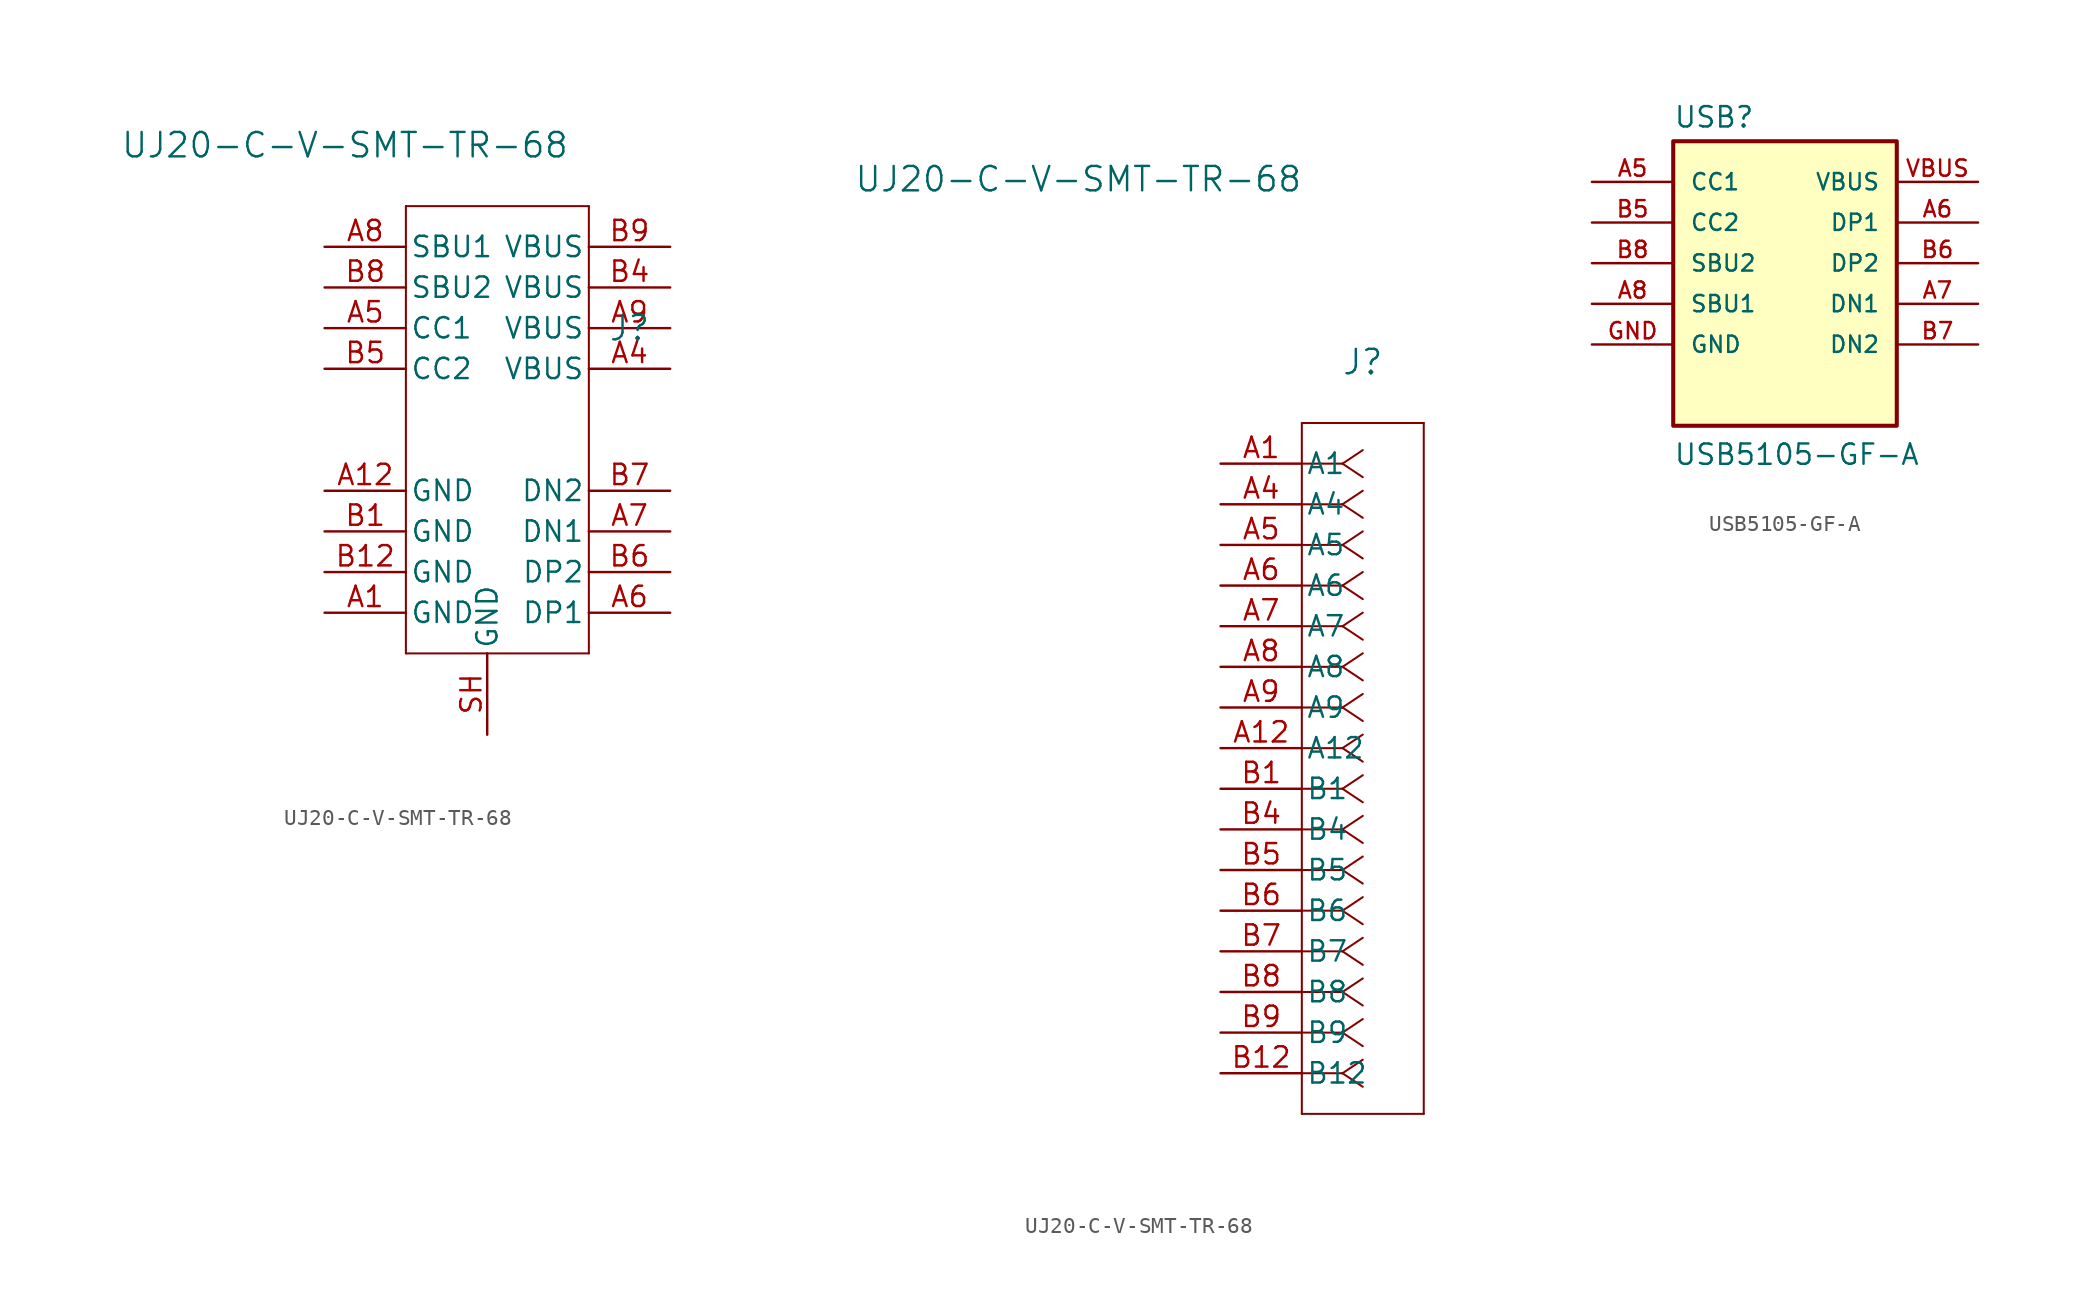
<source format=kicad_sym>
(kicad_symbol_lib
  (version 20231120)
  (generator "kicad_symbol_editor")
  (generator_version "8.0")
  (symbol "UJ20-C-V-SMT-TR-68"
    (pin_names
      (offset 0.254))
    (property "Reference" "J"
      (at 8.89 6.35 0)
      (effects (font (size 1.524 1.524))))
    (property "Value" "UJ20-C-V-SMT-TR-68"
      (at -8.89 17.78 0)
      (effects (font (size 1.524 1.524))))
    (symbol "UJ20-C-V-SMT-TR-68_1_1"
      (polyline (pts (xy -5.08 -13.97) (xy 6.35 -13.97)) (stroke (width 0.127) (type default)) (fill (type none)))
      (polyline (pts (xy -5.08 13.97) (xy -5.08 -13.97)) (stroke (width 0.127) (type default)) (fill (type none)))
      (polyline (pts (xy 6.35 -13.97) (xy 6.35 13.97)) (stroke (width 0.127) (type default)) (fill (type none)))
      (polyline (pts (xy 6.35 13.97) (xy -5.08 13.97)) (stroke (width 0.127) (type default)) (fill (type none)))
      (pin unspecified line (at -10.16 -11.43 0) (length 5.08) (name "GND" (effects (font (size 1.27 1.27)))) (number "A1" (effects (font (size 1.27 1.27)))))
      (pin unspecified line (at -10.16 -3.81 0) (length 5.08) (name "GND" (effects (font (size 1.27 1.27)))) (number "A12" (effects (font (size 1.27 1.27)))))
      (pin unspecified line (at 11.43 3.81 180) (length 5.08) (name "VBUS" (effects (font (size 1.27 1.27)))) (number "A4" (effects (font (size 1.27 1.27)))))
      (pin unspecified line (at -10.16 6.35 0) (length 5.08) (name "CC1" (effects (font (size 1.27 1.27)))) (number "A5" (effects (font (size 1.27 1.27)))))
      (pin unspecified line (at 11.43 -11.43 180) (length 5.08) (name "DP1" (effects (font (size 1.27 1.27)))) (number "A6" (effects (font (size 1.27 1.27)))))
      (pin unspecified line (at 11.43 -6.35 180) (length 5.08) (name "DN1" (effects (font (size 1.27 1.27)))) (number "A7" (effects (font (size 1.27 1.27)))))
      (pin unspecified line (at -10.16 11.43 0) (length 5.08) (name "SBU1" (effects (font (size 1.27 1.27)))) (number "A8" (effects (font (size 1.27 1.27)))))
      (pin unspecified line (at 11.43 6.35 180) (length 5.08) (name "VBUS" (effects (font (size 1.27 1.27)))) (number "A9" (effects (font (size 1.27 1.27)))))
      (pin unspecified line (at -10.16 -6.35 0) (length 5.08) (name "GND" (effects (font (size 1.27 1.27)))) (number "B1" (effects (font (size 1.27 1.27)))))
      (pin unspecified line (at -10.16 -8.89 0) (length 5.08) (name "GND" (effects (font (size 1.27 1.27)))) (number "B12" (effects (font (size 1.27 1.27)))))
      (pin unspecified line (at 11.43 8.89 180) (length 5.08) (name "VBUS" (effects (font (size 1.27 1.27)))) (number "B4" (effects (font (size 1.27 1.27)))))
      (pin unspecified line (at -10.16 3.81 0) (length 5.08) (name "CC2" (effects (font (size 1.27 1.27)))) (number "B5" (effects (font (size 1.27 1.27)))))
      (pin unspecified line (at 11.43 -8.89 180) (length 5.08) (name "DP2" (effects (font (size 1.27 1.27)))) (number "B6" (effects (font (size 1.27 1.27)))))
      (pin unspecified line (at 11.43 -3.81 180) (length 5.08) (name "DN2" (effects (font (size 1.27 1.27)))) (number "B7" (effects (font (size 1.27 1.27)))))
      (pin unspecified line (at -10.16 8.89 0) (length 5.08) (name "SBU2" (effects (font (size 1.27 1.27)))) (number "B8" (effects (font (size 1.27 1.27)))))
      (pin unspecified line (at 11.43 11.43 180) (length 5.08) (name "VBUS" (effects (font (size 1.27 1.27)))) (number "B9" (effects (font (size 1.27 1.27)))))
      (pin unspecified line (at 0 -19.05 90) (length 5.08) (name "GND" (effects (font (size 1.27 1.27)))) (number "SH" (effects (font (size 1.27 1.27))))))
    (symbol "UJ20-C-V-SMT-TR-68_1_2"
      (polyline (pts (xy 5.08 -40.64) (xy 12.7 -40.64)) (stroke (width 0.127) (type default)) (fill (type none)))
      (polyline (pts (xy 5.08 2.54) (xy 5.08 -40.64)) (stroke (width 0.127) (type default)) (fill (type none)))
      (polyline (pts (xy 7.62 -38.1) (xy 5.08 -38.1)) (stroke (width 0.127) (type default)) (fill (type none)))
      (polyline (pts (xy 7.62 -38.1) (xy 8.89 -38.947)) (stroke (width 0.127) (type default)) (fill (type none)))
      (polyline (pts (xy 7.62 -38.1) (xy 8.89 -37.253)) (stroke (width 0.127) (type default)) (fill (type none)))
      (polyline (pts (xy 7.62 -35.56) (xy 5.08 -35.56)) (stroke (width 0.127) (type default)) (fill (type none)))
      (polyline (pts (xy 7.62 -35.56) (xy 8.89 -36.407)) (stroke (width 0.127) (type default)) (fill (type none)))
      (polyline (pts (xy 7.62 -35.56) (xy 8.89 -34.713)) (stroke (width 0.127) (type default)) (fill (type none)))
      (polyline (pts (xy 7.62 -33.02) (xy 5.08 -33.02)) (stroke (width 0.127) (type default)) (fill (type none)))
      (polyline (pts (xy 7.62 -33.02) (xy 8.89 -33.867)) (stroke (width 0.127) (type default)) (fill (type none)))
      (polyline (pts (xy 7.62 -33.02) (xy 8.89 -32.173)) (stroke (width 0.127) (type default)) (fill (type none)))
      (polyline (pts (xy 7.62 -30.48) (xy 5.08 -30.48)) (stroke (width 0.127) (type default)) (fill (type none)))
      (polyline (pts (xy 7.62 -30.48) (xy 8.89 -31.327)) (stroke (width 0.127) (type default)) (fill (type none)))
      (polyline (pts (xy 7.62 -30.48) (xy 8.89 -29.633)) (stroke (width 0.127) (type default)) (fill (type none)))
      (polyline (pts (xy 7.62 -27.94) (xy 5.08 -27.94)) (stroke (width 0.127) (type default)) (fill (type none)))
      (polyline (pts (xy 7.62 -27.94) (xy 8.89 -28.787)) (stroke (width 0.127) (type default)) (fill (type none)))
      (polyline (pts (xy 7.62 -27.94) (xy 8.89 -27.093)) (stroke (width 0.127) (type default)) (fill (type none)))
      (polyline (pts (xy 7.62 -25.4) (xy 5.08 -25.4)) (stroke (width 0.127) (type default)) (fill (type none)))
      (polyline (pts (xy 7.62 -25.4) (xy 8.89 -26.247)) (stroke (width 0.127) (type default)) (fill (type none)))
      (polyline (pts (xy 7.62 -25.4) (xy 8.89 -24.553)) (stroke (width 0.127) (type default)) (fill (type none)))
      (polyline (pts (xy 7.62 -22.86) (xy 5.08 -22.86)) (stroke (width 0.127) (type default)) (fill (type none)))
      (polyline (pts (xy 7.62 -22.86) (xy 8.89 -23.707)) (stroke (width 0.127) (type default)) (fill (type none)))
      (polyline (pts (xy 7.62 -22.86) (xy 8.89 -22.013)) (stroke (width 0.127) (type default)) (fill (type none)))
      (polyline (pts (xy 7.62 -20.32) (xy 5.08 -20.32)) (stroke (width 0.127) (type default)) (fill (type none)))
      (polyline (pts (xy 7.62 -20.32) (xy 8.89 -21.167)) (stroke (width 0.127) (type default)) (fill (type none)))
      (polyline (pts (xy 7.62 -20.32) (xy 8.89 -19.473)) (stroke (width 0.127) (type default)) (fill (type none)))
      (polyline (pts (xy 7.62 -17.78) (xy 5.08 -17.78)) (stroke (width 0.127) (type default)) (fill (type none)))
      (polyline (pts (xy 7.62 -17.78) (xy 8.89 -18.627)) (stroke (width 0.127) (type default)) (fill (type none)))
      (polyline (pts (xy 7.62 -17.78) (xy 8.89 -16.933)) (stroke (width 0.127) (type default)) (fill (type none)))
      (polyline (pts (xy 7.62 -15.24) (xy 5.08 -15.24)) (stroke (width 0.127) (type default)) (fill (type none)))
      (polyline (pts (xy 7.62 -15.24) (xy 8.89 -16.087)) (stroke (width 0.127) (type default)) (fill (type none)))
      (polyline (pts (xy 7.62 -15.24) (xy 8.89 -14.393)) (stroke (width 0.127) (type default)) (fill (type none)))
      (polyline (pts (xy 7.62 -12.7) (xy 5.08 -12.7)) (stroke (width 0.127) (type default)) (fill (type none)))
      (polyline (pts (xy 7.62 -12.7) (xy 8.89 -13.547)) (stroke (width 0.127) (type default)) (fill (type none)))
      (polyline (pts (xy 7.62 -12.7) (xy 8.89 -11.853)) (stroke (width 0.127) (type default)) (fill (type none)))
      (polyline (pts (xy 7.62 -10.16) (xy 5.08 -10.16)) (stroke (width 0.127) (type default)) (fill (type none)))
      (polyline (pts (xy 7.62 -10.16) (xy 8.89 -11.007)) (stroke (width 0.127) (type default)) (fill (type none)))
      (polyline (pts (xy 7.62 -10.16) (xy 8.89 -9.313)) (stroke (width 0.127) (type default)) (fill (type none)))
      (polyline (pts (xy 7.62 -7.62) (xy 5.08 -7.62)) (stroke (width 0.127) (type default)) (fill (type none)))
      (polyline (pts (xy 7.62 -7.62) (xy 8.89 -8.467)) (stroke (width 0.127) (type default)) (fill (type none)))
      (polyline (pts (xy 7.62 -7.62) (xy 8.89 -6.773)) (stroke (width 0.127) (type default)) (fill (type none)))
      (polyline (pts (xy 7.62 -5.08) (xy 5.08 -5.08)) (stroke (width 0.127) (type default)) (fill (type none)))
      (polyline (pts (xy 7.62 -5.08) (xy 8.89 -5.927)) (stroke (width 0.127) (type default)) (fill (type none)))
      (polyline (pts (xy 7.62 -5.08) (xy 8.89 -4.233)) (stroke (width 0.127) (type default)) (fill (type none)))
      (polyline (pts (xy 7.62 -2.54) (xy 5.08 -2.54)) (stroke (width 0.127) (type default)) (fill (type none)))
      (polyline (pts (xy 7.62 -2.54) (xy 8.89 -3.387)) (stroke (width 0.127) (type default)) (fill (type none)))
      (polyline (pts (xy 7.62 -2.54) (xy 8.89 -1.693)) (stroke (width 0.127) (type default)) (fill (type none)))
      (polyline (pts (xy 7.62 0) (xy 5.08 0)) (stroke (width 0.127) (type default)) (fill (type none)))
      (polyline (pts (xy 7.62 0) (xy 8.89 -0.847)) (stroke (width 0.127) (type default)) (fill (type none)))
      (polyline (pts (xy 7.62 0) (xy 8.89 0.847)) (stroke (width 0.127) (type default)) (fill (type none)))
      (polyline (pts (xy 12.7 -40.64) (xy 12.7 2.54)) (stroke (width 0.127) (type default)) (fill (type none)))
      (polyline (pts (xy 12.7 2.54) (xy 5.08 2.54)) (stroke (width 0.127) (type default)) (fill (type none)))
      (pin unspecified line (at 0 0 0) (length 5.08) (name "A1" (effects (font (size 1.27 1.27)))) (number "A1" (effects (font (size 1.27 1.27)))))
      (pin unspecified line (at 0 -17.78 0) (length 5.08) (name "A12" (effects (font (size 1.27 1.27)))) (number "A12" (effects (font (size 1.27 1.27)))))
      (pin unspecified line (at 0 -2.54 0) (length 5.08) (name "A4" (effects (font (size 1.27 1.27)))) (number "A4" (effects (font (size 1.27 1.27)))))
      (pin unspecified line (at 0 -5.08 0) (length 5.08) (name "A5" (effects (font (size 1.27 1.27)))) (number "A5" (effects (font (size 1.27 1.27)))))
      (pin unspecified line (at 0 -7.62 0) (length 5.08) (name "A6" (effects (font (size 1.27 1.27)))) (number "A6" (effects (font (size 1.27 1.27)))))
      (pin unspecified line (at 0 -10.16 0) (length 5.08) (name "A7" (effects (font (size 1.27 1.27)))) (number "A7" (effects (font (size 1.27 1.27)))))
      (pin unspecified line (at 0 -12.7 0) (length 5.08) (name "A8" (effects (font (size 1.27 1.27)))) (number "A8" (effects (font (size 1.27 1.27)))))
      (pin unspecified line (at 0 -15.24 0) (length 5.08) (name "A9" (effects (font (size 1.27 1.27)))) (number "A9" (effects (font (size 1.27 1.27)))))
      (pin unspecified line (at 0 -20.32 0) (length 5.08) (name "B1" (effects (font (size 1.27 1.27)))) (number "B1" (effects (font (size 1.27 1.27)))))
      (pin unspecified line (at 0 -38.1 0) (length 5.08) (name "B12" (effects (font (size 1.27 1.27)))) (number "B12" (effects (font (size 1.27 1.27)))))
      (pin unspecified line (at 0 -22.86 0) (length 5.08) (name "B4" (effects (font (size 1.27 1.27)))) (number "B4" (effects (font (size 1.27 1.27)))))
      (pin unspecified line (at 0 -25.4 0) (length 5.08) (name "B5" (effects (font (size 1.27 1.27)))) (number "B5" (effects (font (size 1.27 1.27)))))
      (pin unspecified line (at 0 -27.94 0) (length 5.08) (name "B6" (effects (font (size 1.27 1.27)))) (number "B6" (effects (font (size 1.27 1.27)))))
      (pin unspecified line (at 0 -30.48 0) (length 5.08) (name "B7" (effects (font (size 1.27 1.27)))) (number "B7" (effects (font (size 1.27 1.27)))))
      (pin unspecified line (at 0 -33.02 0) (length 5.08) (name "B8" (effects (font (size 1.27 1.27)))) (number "B8" (effects (font (size 1.27 1.27)))))
      (pin unspecified line (at 0 -35.56 0) (length 5.08) (name "B9" (effects (font (size 1.27 1.27)))) (number "B9" (effects (font (size 1.27 1.27)))))))
  (symbol "USB5105-GF-A"
    (pin_names
      (offset 1.016))
    (property "Reference" "USB"
      (at -6.35 9.652 0)
      (effects (font (size 1.27 1.27)) (justify left bottom)))
    (property "Value" "USB5105-GF-A"
      (at -6.35 -11.43 0)
      (effects (font (size 1.27 1.27)) (justify left bottom)))
    (symbol "USB5105-GF-A_0_0"
      (rectangle (start -6.35 8.89) (end 7.62 -8.89) (stroke (width 0.254) (type default)) (fill (type background)))
      (pin bidirectional line (at -11.43 6.35 0) (length 5.08) (name "CC1" (effects (font (size 1.016 1.016)))) (number "A5" (effects (font (size 1.016 1.016)))))
      (pin bidirectional line (at 12.7 3.81 180) (length 5.08) (name "DP1" (effects (font (size 1.016 1.016)))) (number "A6" (effects (font (size 1.016 1.016)))))
      (pin bidirectional line (at 12.7 -1.27 180) (length 5.08) (name "DN1" (effects (font (size 1.016 1.016)))) (number "A7" (effects (font (size 1.016 1.016)))))
      (pin bidirectional line (at -11.43 -1.27 0) (length 5.08) (name "SBU1" (effects (font (size 1.016 1.016)))) (number "A8" (effects (font (size 1.016 1.016)))))
      (pin bidirectional line (at -11.43 3.81 0) (length 5.08) (name "CC2" (effects (font (size 1.016 1.016)))) (number "B5" (effects (font (size 1.016 1.016)))))
      (pin bidirectional line (at 12.7 1.27 180) (length 5.08) (name "DP2" (effects (font (size 1.016 1.016)))) (number "B6" (effects (font (size 1.016 1.016)))))
      (pin bidirectional line (at 12.7 -3.81 180) (length 5.08) (name "DN2" (effects (font (size 1.016 1.016)))) (number "B7" (effects (font (size 1.016 1.016)))))
      (pin bidirectional line (at -11.43 1.27 0) (length 5.08) (name "SBU2" (effects (font (size 1.016 1.016)))) (number "B8" (effects (font (size 1.016 1.016))))))
    (symbol "USB5105-GF-A_1_0"
      (pin power_in line (at -11.43 -3.81 0) (length 5.08) (name "GND" (effects (font (size 1.016 1.016)))) (number "GND" (effects (font (size 1.016 1.016)))))
      (pin power_in line (at 12.7 6.35 180) (length 5.08) (name "VBUS" (effects (font (size 1.016 1.016)))) (number "VBUS" (effects (font (size 1.016 1.016))))))))
</source>
